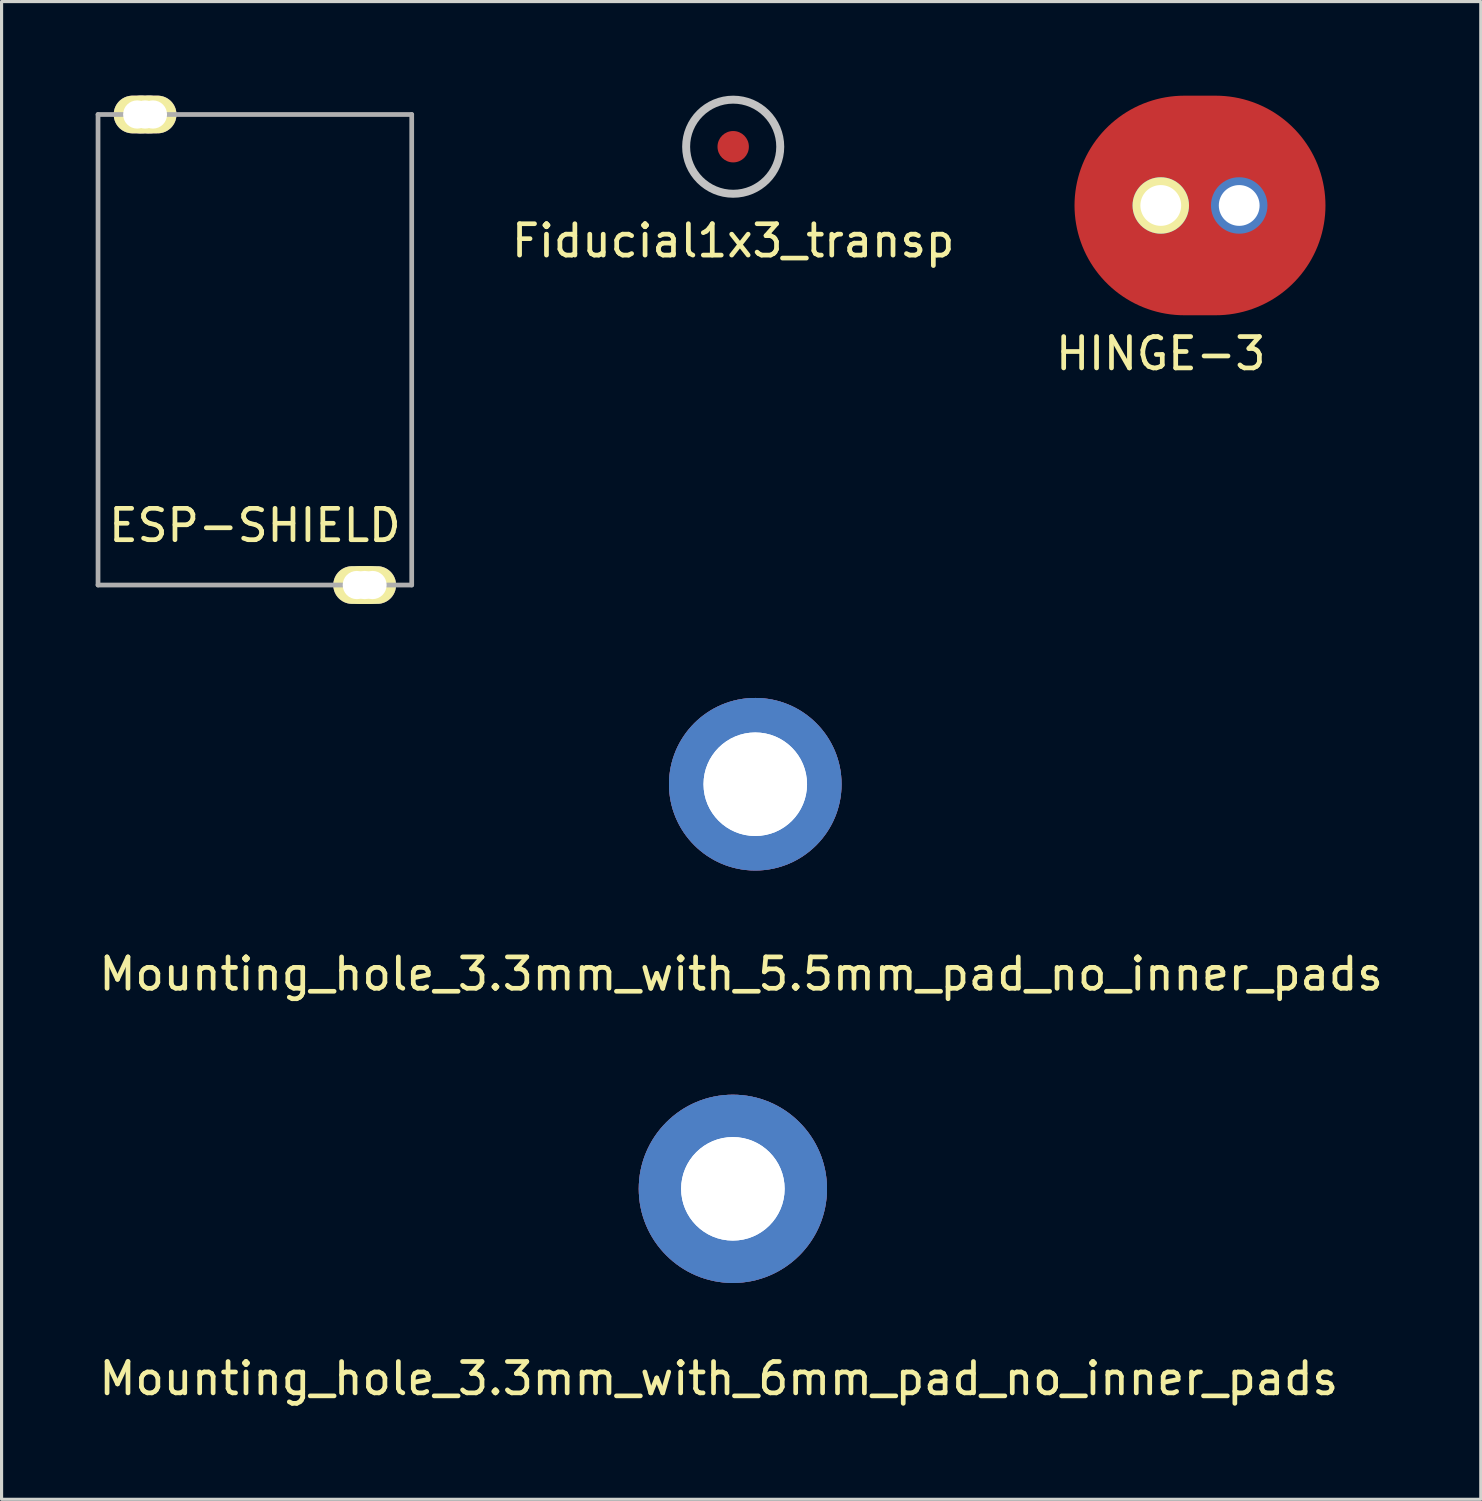
<source format=kicad_pcb>
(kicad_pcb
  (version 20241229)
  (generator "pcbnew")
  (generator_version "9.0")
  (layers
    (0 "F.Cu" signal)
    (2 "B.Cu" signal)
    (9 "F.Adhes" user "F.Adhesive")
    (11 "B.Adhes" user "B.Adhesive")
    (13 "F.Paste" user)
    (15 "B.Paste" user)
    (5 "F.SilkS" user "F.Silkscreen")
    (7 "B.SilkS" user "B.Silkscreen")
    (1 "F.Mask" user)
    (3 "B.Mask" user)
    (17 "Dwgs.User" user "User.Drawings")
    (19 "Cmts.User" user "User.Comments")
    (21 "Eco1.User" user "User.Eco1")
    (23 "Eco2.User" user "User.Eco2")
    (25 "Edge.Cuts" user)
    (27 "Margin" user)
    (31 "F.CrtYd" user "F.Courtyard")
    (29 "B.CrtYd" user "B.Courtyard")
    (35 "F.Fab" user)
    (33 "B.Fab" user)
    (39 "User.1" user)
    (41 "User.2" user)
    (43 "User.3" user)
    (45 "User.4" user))
  (footprint "ESP-SHIELD"
    (layer "F.Cu")
    (at 5.075 8.1)
    (property "Reference" "ESP-SHIELD" (at 0 5.6 0) (layer "F.SilkS") (effects (font (size 1 1) (thickness 0.15))))
    (attr smd)
    (fp_line (start -5 -7.5) (end 5 -7.5) (stroke (width 0.15) (type solid)) (layer "F.Fab"))
    (fp_line (start -5 7.5) (end -5 -7.5) (stroke (width 0.15) (type solid)) (layer "F.Fab"))
    (fp_line (start 5 -7.5) (end 5 7.5) (stroke (width 0.15) (type solid)) (layer "F.Fab"))
    (fp_line (start 5 7.5) (end -5 7.5) (stroke (width 0.15) (type solid)) (layer "F.Fab"))
    (pad "1" thru_hole oval (at -3.75 -7.5 90) (size 1.2 1.5) (drill 0.9) (layers "*.Cu" "*.Mask" "F.SilkS"))
    (pad "1" thru_hole oval (at -3.5 -7.5 90) (size 1.2 1.5) (drill 0.9) (layers "*.Cu" "*.Mask" "F.SilkS"))
    (pad "1" thru_hole oval (at -3.25 -7.5 90) (size 1.2 1.5) (drill 0.9) (layers "*.Cu" "*.Mask" "F.SilkS"))
    (pad "1" thru_hole oval (at 3.25 7.5 90) (size 1.2 1.5) (drill 0.9) (layers "*.Cu" "*.Mask" "F.SilkS"))
    (pad "1" thru_hole oval (at 3.5 7.5 90) (size 1.2 1.5) (drill 0.9) (layers "*.Cu" "*.Mask" "F.SilkS"))
    (pad "1" thru_hole oval (at 3.75 7.5 90) (size 1.2 1.5) (drill 0.9) (layers "*.Cu" "*.Mask" "F.SilkS")))
  (footprint "Fiducial1x3_transp"
    (layer "F.Cu")
    (at 20.323 1.627)
    (property "Reference" "Fiducial1x3_transp" (at 0 3 0) (layer "F.SilkS") (effects (font (size 1 1) (thickness 0.15))))
    (attr smd)
    (fp_circle (center 0 0) (end 1.5 0) (stroke (width 0.254) (type solid)) (fill no) (layer "Dwgs.User"))
    (pad "Fid1" connect circle (at 0 0) (size 1 1) (layers "F.Cu" "F.Mask")))
  (footprint "Mounting_hole_3.3mm_with_6mm_pad_no_inner_pads"
    (layer "F.Cu")
    (at 20.313 34.848)
    (property "Reference" "Mounting_hole_3.3mm_with_6mm_pad_no_inner_pads" (at -0.45 6.05 0) (layer "F.SilkS") (effects (font (size 1 1) (thickness 0.15))))
    (attr through_hole)
    (pad "0" thru_hole circle (at 0 0) (size 6 6) (drill 3.3) (layers "F.Cu" "F.Mask"))
    (pad "0" thru_hole circle (at 0 0) (size 6 6) (drill 3.3) (layers "B.Cu" "B.Mask")))
  (footprint "HINGE-3"
    (layer "F.Cu")
    (at 33.954 3.5)
    (property "Reference" "HINGE-3" (at 0 4.724 0) (layer "F.SilkS") (effects (font (size 1 1) (thickness 0.15))))
    (attr exclude_from_pos_files exclude_from_bom)
    (pad "1" thru_hole circle (at 0 0) (size 1.8 1.8) (drill 1.3) (layers "*.Cu" "*.Mask" "F.SilkS"))
    (pad "1" smd oval (at 1.25 0) (size 8 7) (layers "F.Cu" "F.Mask"))
    (pad "1" thru_hole circle (at 2.5 0) (size 1.8 1.8) (drill 1.3) (layers "*.Cu" "*.Mask")))
  (footprint "Mounting_hole_3.3mm_with_5.5mm_pad_no_inner_pads"
    (layer "F.Cu")
    (at 21.027 21.95)
    (property "Reference" "Mounting_hole_3.3mm_with_5.5mm_pad_no_inner_pads" (at -0.45 6.05 0) (layer "F.SilkS") (effects (font (size 1 1) (thickness 0.15))))
    (attr through_hole)
    (pad "0" thru_hole circle (at 0 0) (size 5.5 5.5) (drill 3.3) (layers "F.Cu" "F.Mask"))
    (pad "0" thru_hole circle (at 0 0) (size 5.5 5.5) (drill 3.3) (layers "B.Cu" "B.Mask")))
  (gr_rect
    (start -3 -3)
    (end 44.155 44.746)
    (stroke (width 0.1) (type default))
    (fill no)
    (layer "Edge.Cuts")))
</source>
